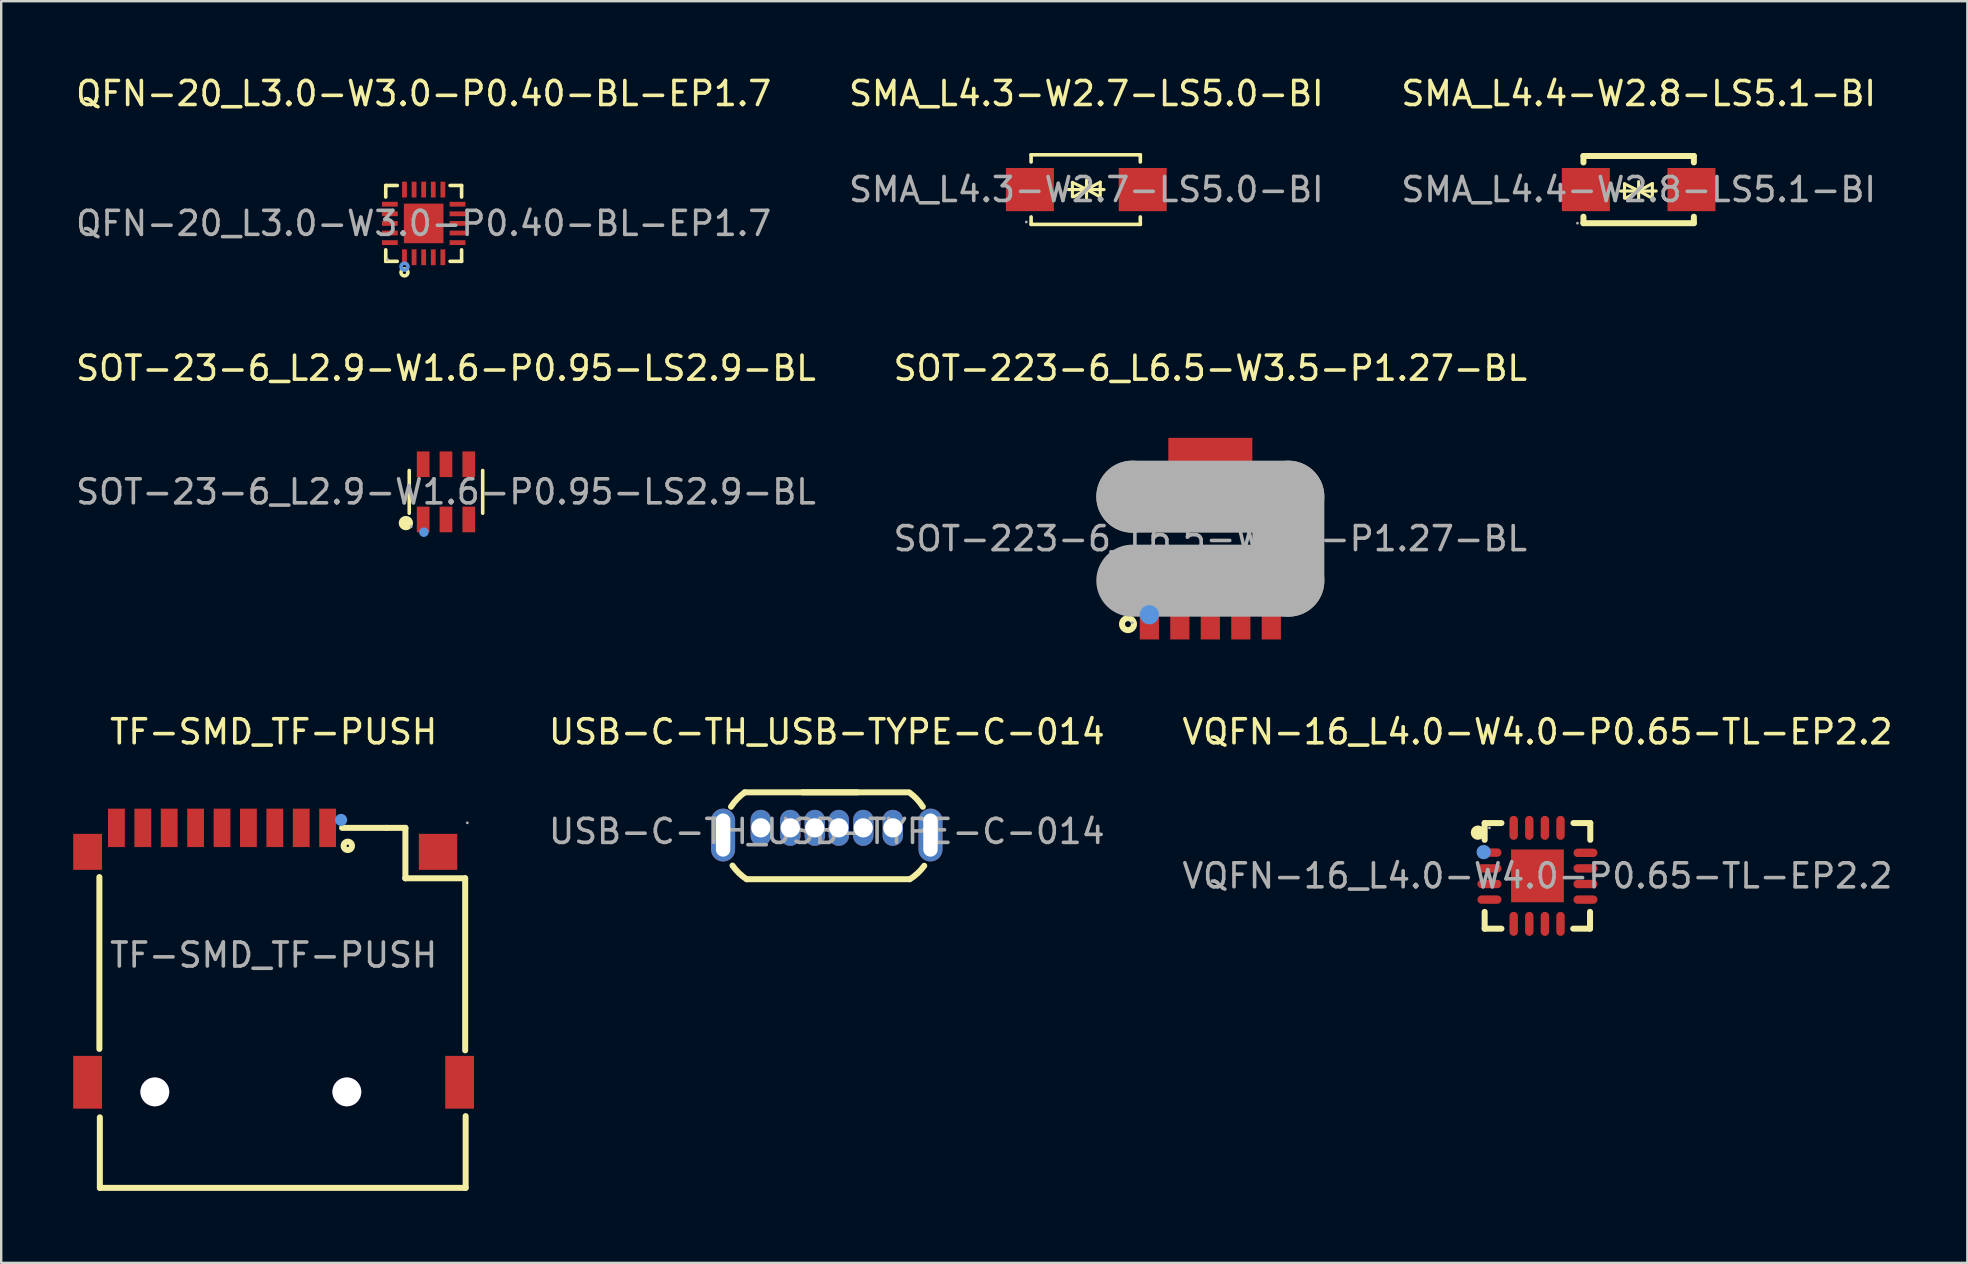
<source format=kicad_pcb>
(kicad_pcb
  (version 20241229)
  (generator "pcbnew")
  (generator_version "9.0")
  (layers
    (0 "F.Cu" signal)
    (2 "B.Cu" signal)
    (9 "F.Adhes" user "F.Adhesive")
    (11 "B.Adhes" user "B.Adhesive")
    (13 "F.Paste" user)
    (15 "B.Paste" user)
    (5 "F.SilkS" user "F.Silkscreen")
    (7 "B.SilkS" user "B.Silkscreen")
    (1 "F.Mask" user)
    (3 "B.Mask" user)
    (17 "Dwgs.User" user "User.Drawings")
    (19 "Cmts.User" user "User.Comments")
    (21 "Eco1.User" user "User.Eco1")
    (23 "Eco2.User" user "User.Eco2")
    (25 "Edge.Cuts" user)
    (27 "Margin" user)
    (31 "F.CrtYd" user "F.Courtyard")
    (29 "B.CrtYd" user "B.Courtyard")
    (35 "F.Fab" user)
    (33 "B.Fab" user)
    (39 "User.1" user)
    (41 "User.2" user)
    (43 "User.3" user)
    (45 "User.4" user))
  (footprint "TF-SMD_TF-PUSH"
    (layer "F.Cu")
    (at 8.35 36.74)
    (property "Reference" "TF-SMD_TF-PUSH" (at 0 -9.3 0) (layer "F.SilkS") (effects (font (size 1 1) (thickness 0.15))))
    (attr smd)
    (fp_line (start -7.26 -3.25) (end -7.26 3.91) (stroke (width 0.25) (type solid)) (layer "F.SilkS"))
    (fp_line (start -7.24 9.7) (end -7.24 6.76) (stroke (width 0.25) (type solid)) (layer "F.SilkS"))
    (fp_line (start -7.24 9.7) (end 8 9.7) (stroke (width 0.25) (type solid)) (layer "F.SilkS"))
    (fp_line (start 4.7 -5.3) (end 2.85 -5.3) (stroke (width 0.25) (type solid)) (layer "F.SilkS"))
    (fp_line (start 4.7 -5.3) (end 5.49 -5.3) (stroke (width 0.25) (type solid)) (layer "F.SilkS"))
    (fp_line (start 5.49 -5.3) (end 5.49 -3.2) (stroke (width 0.25) (type solid)) (layer "F.SilkS"))
    (fp_line (start 5.49 -3.2) (end 5.5 -3.2) (stroke (width 0.25) (type solid)) (layer "F.SilkS"))
    (fp_line (start 7.98 -3.2) (end 5.49 -3.2) (stroke (width 0.25) (type solid)) (layer "F.SilkS"))
    (fp_line (start 7.98 3.97) (end 7.98 -3.2) (stroke (width 0.25) (type solid)) (layer "F.SilkS"))
    (fp_line (start 8 9.7) (end 8 6.71) (stroke (width 0.25) (type solid)) (layer "F.SilkS"))
    (fp_circle (center 3.09 -4.55) (end 3.14 -4.55) (stroke (width 0.25) (type solid)) (fill no) (layer "F.SilkS"))
    (fp_circle (center -4.95 5.7) (end -4.75 5.7) (stroke (width 0.4) (type solid)) (fill no) (layer "Cmts.User"))
    (fp_circle (center 2.81 -5.63) (end 2.94 -5.63) (stroke (width 0.25) (type solid)) (fill no) (layer "Cmts.User"))
    (fp_circle (center 3.05 5.7) (end 3.25 5.7) (stroke (width 0.4) (type solid)) (fill no) (layer "Cmts.User"))
    (fp_circle (center 8.07 -5.51) (end 8.1 -5.51) (stroke (width 0.06) (type solid)) (fill no) (layer "F.Fab"))
    (fp_text user "${REFERENCE}" (at 0 0 0) (layer "F.Fab") (effects (font (size 1 1) (thickness 0.15))))
    (pad "" thru_hole circle (at -4.95 5.7) (size 1.2 1.2) (drill 1.2) (layers "*.Cu" "*.Mask"))
    (pad "" thru_hole circle (at 3.05 5.7) (size 1.2 1.2) (drill 1.2) (layers "*.Cu" "*.Mask"))
    (pad "1" smd rect (at 2.25 -5.3) (size 0.7 1.6) (layers "F.Cu" "F.Mask" "F.Paste"))
    (pad "2" smd rect (at 1.15 -5.3) (size 0.7 1.6) (layers "F.Cu" "F.Mask" "F.Paste"))
    (pad "3" smd rect (at 0.05 -5.3) (size 0.7 1.6) (layers "F.Cu" "F.Mask" "F.Paste"))
    (pad "4" smd rect (at -1.05 -5.3) (size 0.7 1.6) (layers "F.Cu" "F.Mask" "F.Paste"))
    (pad "5" smd rect (at -2.15 -5.3) (size 0.7 1.6) (layers "F.Cu" "F.Mask" "F.Paste"))
    (pad "6" smd rect (at -3.25 -5.3) (size 0.7 1.6) (layers "F.Cu" "F.Mask" "F.Paste"))
    (pad "7" smd rect (at -4.35 -5.3) (size 0.7 1.6) (layers "F.Cu" "F.Mask" "F.Paste"))
    (pad "8" smd rect (at -5.45 -5.3) (size 0.7 1.6) (layers "F.Cu" "F.Mask" "F.Paste"))
    (pad "10" smd rect (at -7.75 -4.3) (size 1.2 1.5) (layers "F.Cu" "F.Mask" "F.Paste"))
    (pad "11" smd rect (at -7.75 5.3) (size 1.2 2.2) (layers "F.Cu" "F.Mask" "F.Paste"))
    (pad "12" smd rect (at 7.75 5.3) (size 1.2 2.2) (layers "F.Cu" "F.Mask" "F.Paste"))
    (pad "13" smd rect (at 6.85 -4.3) (size 1.6 1.5) (layers "F.Cu" "F.Mask" "F.Paste"))
    (pad "CD" smd rect (at -6.55 -5.3) (size 0.7 1.6) (layers "F.Cu" "F.Mask" "F.Paste")))
  (footprint "USB-C-TH_USB-TYPE-C-014"
    (layer "F.Cu")
    (at 31.396 31.59)
    (property "Reference" "USB-C-TH_USB-TYPE-C-014" (at 0 -4.15 0) (layer "F.SilkS") (effects (font (size 1 1) (thickness 0.15))))
    (attr through_hole)
    (fp_line (start -3.42 -1.63) (end 3.34 -1.63) (stroke (width 0.25) (type solid)) (layer "F.SilkS"))
    (fp_line (start -3.34 1.99) (end 3.43 1.99) (stroke (width 0.25) (type solid)) (layer "F.SilkS"))
    (fp_line (start -1.01 -1.63) (end 1.27 -1.63) (stroke (width 0.25) (type solid)) (layer "F.SilkS"))
    (fp_arc (start -3.99 -1.03) (mid -3.732801 -1.355854) (end -3.418435 -1.626975) (stroke (width 0.25) (type solid)) (layer "F.SilkS"))
    (fp_arc (start -3.34 1.99) (mid -3.661184 1.733593) (end -3.928388 1.421333) (stroke (width 0.25) (type solid)) (layer "F.SilkS"))
    (fp_arc (start 3.43 -1.63) (mid 3.74473 -1.356629) (end 4.001859 -1.028497) (stroke (width 0.25) (type solid)) (layer "F.SilkS"))
    (fp_arc (start 4.06 1.43) (mid 3.787592 1.738418) (end 3.461997 1.990044) (stroke (width 0.25) (type solid)) (layer "F.SilkS"))
    (fp_text user "${REFERENCE}" (at 0 0 0) (layer "F.Fab") (effects (font (size 1 1) (thickness 0.15))))
    (pad "1" thru_hole oval (at -4.32 0.15) (size 1 2.2) (drill oval 0.6 1.8) (layers "*.Cu" "*.Mask"))
    (pad "2" thru_hole oval (at 4.32 0.15) (size 1 2.2) (drill oval 0.6 1.8) (layers "*.Cu" "*.Mask"))
    (pad "A5" thru_hole oval (at -0.5 -0.15) (size 0.85 1.5) (drill 0.8) (layers "*.Cu" "*.Mask"))
    (pad "A9" thru_hole oval (at 1.52 -0.15) (size 0.85 1.5) (drill 0.8) (layers "*.Cu" "*.Mask"))
    (pad "A12" thru_hole oval (at 2.75 -0.15) (size 0.85 1.5) (drill 0.8) (layers "*.Cu" "*.Mask"))
    (pad "B5" thru_hole oval (at 0.5 -0.15) (size 0.85 1.5) (drill 0.8) (layers "*.Cu" "*.Mask"))
    (pad "B9" thru_hole oval (at -1.52 -0.15) (size 0.85 1.5) (drill 0.8) (layers "*.Cu" "*.Mask"))
    (pad "B12" thru_hole oval (at -2.75 -0.15) (size 0.85 1.5) (drill 0.8) (layers "*.Cu" "*.Mask")))
  (footprint "QFN-20_L3.0-W3.0-P0.40-BL-EP1.7"
    (layer "F.Cu")
    (at 14.601 6.258)
    (property "Reference" "QFN-20_L3.0-W3.0-P0.40-BL-EP1.7" (at 0 -5.41 0) (layer "F.SilkS") (effects (font (size 1 1) (thickness 0.15))))
    (attr smd)
    (fp_line (start -1.58 -1.58) (end -1.1 -1.58) (stroke (width 0.15) (type solid)) (layer "F.SilkS"))
    (fp_line (start -1.58 -1.1) (end -1.58 -1.58) (stroke (width 0.15) (type solid)) (layer "F.SilkS"))
    (fp_line (start -1.58 1.1) (end -1.58 1.58) (stroke (width 0.15) (type solid)) (layer "F.SilkS"))
    (fp_line (start -1.58 1.58) (end -1.1 1.58) (stroke (width 0.15) (type solid)) (layer "F.SilkS"))
    (fp_line (start 1.58 -1.58) (end 1.1 -1.58) (stroke (width 0.15) (type solid)) (layer "F.SilkS"))
    (fp_line (start 1.58 -1.1) (end 1.58 -1.58) (stroke (width 0.15) (type solid)) (layer "F.SilkS"))
    (fp_line (start 1.58 1.1) (end 1.58 1.58) (stroke (width 0.15) (type solid)) (layer "F.SilkS"))
    (fp_line (start 1.58 1.58) (end 1.1 1.58) (stroke (width 0.15) (type solid)) (layer "F.SilkS"))
    (fp_circle (center -0.8 2.04) (end -0.73 2.04) (stroke (width 0.15) (type solid)) (fill no) (layer "F.SilkS"))
    (fp_circle (center -0.8 1.8) (end -0.73 1.8) (stroke (width 0.15) (type solid)) (fill no) (layer "Cmts.User"))
    (fp_circle (center -1.5 1.5) (end -1.47 1.5) (stroke (width 0.06) (type solid)) (fill no) (layer "F.Fab"))
    (fp_text user "${REFERENCE}" (at 0 0 0) (layer "F.Fab") (effects (font (size 1 1) (thickness 0.15))))
    (pad "1" smd rect (at -0.8 1.41) (size 0.2 0.66) (layers "F.Cu" "F.Mask" "F.Paste"))
    (pad "2" smd rect (at -0.4 1.41) (size 0.2 0.66) (layers "F.Cu" "F.Mask" "F.Paste"))
    (pad "3" smd rect (at 0 1.41) (size 0.2 0.66) (layers "F.Cu" "F.Mask" "F.Paste"))
    (pad "4" smd rect (at 0.4 1.41) (size 0.2 0.66) (layers "F.Cu" "F.Mask" "F.Paste"))
    (pad "5" smd rect (at 0.8 1.41) (size 0.2 0.66) (layers "F.Cu" "F.Mask" "F.Paste"))
    (pad "6" smd rect (at 1.41 0.8) (size 0.66 0.2) (layers "F.Cu" "F.Mask" "F.Paste"))
    (pad "7" smd rect (at 1.41 0.4) (size 0.66 0.2) (layers "F.Cu" "F.Mask" "F.Paste"))
    (pad "8" smd rect (at 1.41 0) (size 0.66 0.2) (layers "F.Cu" "F.Mask" "F.Paste"))
    (pad "9" smd rect (at 1.41 -0.4) (size 0.66 0.2) (layers "F.Cu" "F.Mask" "F.Paste"))
    (pad "10" smd rect (at 1.41 -0.8) (size 0.66 0.2) (layers "F.Cu" "F.Mask" "F.Paste"))
    (pad "11" smd rect (at 0.8 -1.41) (size 0.2 0.66) (layers "F.Cu" "F.Mask" "F.Paste"))
    (pad "12" smd rect (at 0.4 -1.41) (size 0.2 0.66) (layers "F.Cu" "F.Mask" "F.Paste"))
    (pad "13" smd rect (at 0 -1.41) (size 0.2 0.66) (layers "F.Cu" "F.Mask" "F.Paste"))
    (pad "14" smd rect (at -0.4 -1.41) (size 0.2 0.66) (layers "F.Cu" "F.Mask" "F.Paste"))
    (pad "15" smd rect (at -0.8 -1.41) (size 0.2 0.66) (layers "F.Cu" "F.Mask" "F.Paste"))
    (pad "16" smd rect (at -1.41 -0.8) (size 0.66 0.2) (layers "F.Cu" "F.Mask" "F.Paste"))
    (pad "17" smd rect (at -1.41 -0.4) (size 0.66 0.2) (layers "F.Cu" "F.Mask" "F.Paste"))
    (pad "18" smd rect (at -1.41 0) (size 0.66 0.2) (layers "F.Cu" "F.Mask" "F.Paste"))
    (pad "19" smd rect (at -1.41 0.4) (size 0.66 0.2) (layers "F.Cu" "F.Mask" "F.Paste"))
    (pad "20" smd rect (at -1.41 0.8) (size 0.66 0.2) (layers "F.Cu" "F.Mask" "F.Paste"))
    (pad "21" smd rect (at 0 0) (size 1.65 1.65) (layers "F.Cu" "F.Mask" "F.Paste")))
  (footprint "SOT-23-6_L2.9-W1.6-P0.95-LS2.9-BL"
    (layer "F.Cu")
    (at 15.53 17.442)
    (property "Reference" "SOT-23-6_L2.9-W1.6-P0.95-LS2.9-BL" (at 0 -5.15 0) (layer "F.SilkS") (effects (font (size 1 1) (thickness 0.15))))
    (attr smd)
    (fp_line (start -1.53 0.89) (end -1.53 -0.89) (stroke (width 0.15) (type solid)) (layer "F.SilkS"))
    (fp_line (start 1.53 0.89) (end 1.53 -0.89) (stroke (width 0.15) (type solid)) (layer "F.SilkS"))
    (fp_circle (center -1.67 1.3) (end -1.52 1.3) (stroke (width 0.3) (type solid)) (fill no) (layer "F.SilkS"))
    (fp_circle (center -0.92 1.68) (end -0.82 1.68) (stroke (width 0.2) (type solid)) (fill no) (layer "Cmts.User"))
    (fp_circle (center -1.45 1.45) (end -1.42 1.45) (stroke (width 0.06) (type solid)) (fill no) (layer "F.Fab"))
    (fp_text user "${REFERENCE}" (at 0 0 0) (layer "F.Fab") (effects (font (size 1 1) (thickness 0.15))))
    (pad "1" smd rect (at -0.95 1.15) (size 0.53 1.07) (layers "F.Cu" "F.Mask" "F.Paste"))
    (pad "2" smd rect (at 0 1.15) (size 0.53 1.07) (layers "F.Cu" "F.Mask" "F.Paste"))
    (pad "3" smd rect (at 0.95 1.15) (size 0.53 1.07) (layers "F.Cu" "F.Mask" "F.Paste"))
    (pad "4" smd rect (at 0.95 -1.15) (size 0.53 1.07) (layers "F.Cu" "F.Mask" "F.Paste"))
    (pad "5" smd rect (at 0 -1.15) (size 0.53 1.07) (layers "F.Cu" "F.Mask" "F.Paste"))
    (pad "6" smd rect (at -0.95 -1.15) (size 0.53 1.07) (layers "F.Cu" "F.Mask" "F.Paste")))
  (footprint "VQFN-16_L4.0-W4.0-P0.65-TL-EP2.2"
    (layer "F.Cu")
    (at 61.004 33.44)
    (property "Reference" "VQFN-16_L4.0-W4.0-P0.65-TL-EP2.2" (at 0 -6 0) (layer "F.SilkS") (effects (font (size 1 1) (thickness 0.15))))
    (attr smd)
    (fp_line (start -2.2 -2.2) (end -1.5 -2.2) (stroke (width 0.25) (type solid)) (layer "F.SilkS"))
    (fp_line (start -2.2 -1.5) (end -2.2 -2.2) (stroke (width 0.25) (type solid)) (layer "F.SilkS"))
    (fp_line (start -2.2 1.5) (end -2.2 2.2) (stroke (width 0.25) (type solid)) (layer "F.SilkS"))
    (fp_line (start -2.2 2.2) (end -1.5 2.2) (stroke (width 0.25) (type solid)) (layer "F.SilkS"))
    (fp_line (start 1.49 2.2) (end 2.19 2.2) (stroke (width 0.25) (type solid)) (layer "F.SilkS"))
    (fp_line (start 2.19 2.2) (end 2.19 1.5) (stroke (width 0.25) (type solid)) (layer "F.SilkS"))
    (fp_line (start 2.2 -2.2) (end 1.5 -2.2) (stroke (width 0.25) (type solid)) (layer "F.SilkS"))
    (fp_line (start 2.2 -1.5) (end 2.2 -2.2) (stroke (width 0.25) (type solid)) (layer "F.SilkS"))
    (fp_arc (start -2.48 -1.8) (mid -2.48 -1.8) (end -2.48 -1.8) (stroke (width 0.3) (type solid)) (layer "F.SilkS"))
    (fp_circle (center -2.24 -0.99) (end -2.09 -0.99) (stroke (width 0.3) (type solid)) (fill no) (layer "Cmts.User"))
    (fp_circle (center -2 -2) (end -1.97 -2) (stroke (width 0.06) (type solid)) (fill no) (layer "F.Fab"))
    (fp_text user "${REFERENCE}" (at 0 0 0) (layer "F.Fab") (effects (font (size 1 1) (thickness 0.15))))
    (pad "1" smd oval (at -2 -0.97 270) (size 0.35 1) (layers "F.Cu" "F.Mask" "F.Paste"))
    (pad "2" smd oval (at -2 -0.31 270) (size 0.35 1) (layers "F.Cu" "F.Mask" "F.Paste"))
    (pad "3" smd oval (at -2 0.34 270) (size 0.35 1) (layers "F.Cu" "F.Mask" "F.Paste"))
    (pad "4" smd oval (at -2 0.99 270) (size 0.35 1) (layers "F.Cu" "F.Mask" "F.Paste"))
    (pad "5" smd oval (at -0.99 2) (size 0.35 1) (layers "F.Cu" "F.Mask" "F.Paste"))
    (pad "6" smd oval (at -0.34 2) (size 0.35 1) (layers "F.Cu" "F.Mask" "F.Paste"))
    (pad "7" smd oval (at 0.31 2) (size 0.35 1) (layers "F.Cu" "F.Mask" "F.Paste"))
    (pad "8" smd oval (at 0.96 2) (size 0.35 1) (layers "F.Cu" "F.Mask" "F.Paste"))
    (pad "9" smd oval (at 2 0.99 270) (size 0.35 1) (layers "F.Cu" "F.Mask" "F.Paste"))
    (pad "10" smd oval (at 2 0.34 270) (size 0.35 1) (layers "F.Cu" "F.Mask" "F.Paste"))
    (pad "11" smd oval (at 2 -0.31 270) (size 0.35 1) (layers "F.Cu" "F.Mask" "F.Paste"))
    (pad "12" smd oval (at 2 -0.96 270) (size 0.35 1) (layers "F.Cu" "F.Mask" "F.Paste"))
    (pad "13" smd oval (at 0.96 -2) (size 0.35 1) (layers "F.Cu" "F.Mask" "F.Paste"))
    (pad "14" smd oval (at 0.31 -2) (size 0.35 1) (layers "F.Cu" "F.Mask" "F.Paste"))
    (pad "15" smd oval (at -0.34 -2) (size 0.35 1) (layers "F.Cu" "F.Mask" "F.Paste"))
    (pad "16" smd oval (at -0.99 -2) (size 0.35 1) (layers "F.Cu" "F.Mask" "F.Paste"))
    (pad "17" smd rect (at 0 0) (size 2.2 2.2) (layers "F.Cu" "F.Mask" "F.Paste")))
  (footprint "SMA_L4.3-W2.7-LS5.0-BI"
    (layer "F.Cu")
    (at 42.208 4.848)
    (property "Reference" "SMA_L4.3-W2.7-LS5.0-BI" (at 0 -4 0) (layer "F.SilkS") (effects (font (size 1 1) (thickness 0.15))))
    (attr smd)
    (fp_line (start -2.3 -1.45) (end -2.3 -1.15) (stroke (width 0.15) (type solid)) (layer "F.SilkS"))
    (fp_line (start -2.3 -1.45) (end 2.25 -1.45) (stroke (width 0.15) (type solid)) (layer "F.SilkS"))
    (fp_line (start -2.3 1.45) (end -2.3 1.14) (stroke (width 0.15) (type solid)) (layer "F.SilkS"))
    (fp_line (start -0.75 0) (end 0.74 0) (stroke (width 0.13) (type solid)) (layer "F.SilkS"))
    (fp_line (start -0.58 -0.3) (end -0.58 0.3) (stroke (width 0.13) (type solid)) (layer "F.SilkS"))
    (fp_line (start -0.58 -0.3) (end 0.01 -0.01) (stroke (width 0.13) (type solid)) (layer "F.SilkS"))
    (fp_line (start -0.52 0.3) (end 0.01 -0.01) (stroke (width 0.13) (type solid)) (layer "F.SilkS"))
    (fp_line (start 0.01 -0.01) (end 0.01 -0.39) (stroke (width 0.13) (type solid)) (layer "F.SilkS"))
    (fp_line (start 0.01 -0.01) (end 0.01 0.37) (stroke (width 0.13) (type solid)) (layer "F.SilkS"))
    (fp_line (start 0.55 0.29) (end 0.01 -0.01) (stroke (width 0.13) (type solid)) (layer "F.SilkS"))
    (fp_line (start 0.58 -0.31) (end 0.01 -0.01) (stroke (width 0.13) (type solid)) (layer "F.SilkS"))
    (fp_line (start 0.58 -0.31) (end 0.58 0.29) (stroke (width 0.13) (type solid)) (layer "F.SilkS"))
    (fp_line (start 2.25 -1.45) (end 2.25 -1.15) (stroke (width 0.15) (type solid)) (layer "F.SilkS"))
    (fp_line (start 2.25 1.45) (end -2.3 1.45) (stroke (width 0.15) (type solid)) (layer "F.SilkS"))
    (fp_line (start 2.25 1.45) (end 2.25 1.14) (stroke (width 0.15) (type solid)) (layer "F.SilkS"))
    (fp_circle (center -2.5 1.35) (end -2.47 1.35) (stroke (width 0.06) (type solid)) (fill no) (layer "F.Fab"))
    (fp_text user "${REFERENCE}" (at 0 0 0) (layer "F.Fab") (effects (font (size 1 1) (thickness 0.15))))
    (pad "1" smd rect (at -2.35 0) (size 2 1.8) (layers "F.Cu" "F.Mask" "F.Paste"))
    (pad "2" smd rect (at 2.35 0) (size 2 1.8) (layers "F.Cu" "F.Mask" "F.Paste")))
  (footprint "SMA_L4.4-W2.8-LS5.1-BI"
    (layer "F.Cu")
    (at 65.22 4.848)
    (property "Reference" "SMA_L4.4-W2.8-LS5.1-BI" (at 0 -4 0) (layer "F.SilkS") (effects (font (size 1 1) (thickness 0.15))))
    (attr smd)
    (fp_line (start -2.3 -1.4) (end -2.3 -1.13) (stroke (width 0.25) (type solid)) (layer "F.SilkS"))
    (fp_line (start -2.3 -1.4) (end 2.3 -1.4) (stroke (width 0.25) (type solid)) (layer "F.SilkS"))
    (fp_line (start -2.3 1.13) (end -2.3 1.4) (stroke (width 0.25) (type solid)) (layer "F.SilkS"))
    (fp_line (start -2.3 1.4) (end 2.3 1.4) (stroke (width 0.25) (type solid)) (layer "F.SilkS"))
    (fp_line (start -0.76 0.06) (end 0.73 0.06) (stroke (width 0.13) (type solid)) (layer "F.SilkS"))
    (fp_line (start -0.59 -0.24) (end -0.59 0.36) (stroke (width 0.13) (type solid)) (layer "F.SilkS"))
    (fp_line (start -0.59 -0.24) (end 0 0.05) (stroke (width 0.13) (type solid)) (layer "F.SilkS"))
    (fp_line (start -0.53 0.36) (end 0 0.05) (stroke (width 0.13) (type solid)) (layer "F.SilkS"))
    (fp_line (start 0 0.05) (end 0 -0.33) (stroke (width 0.13) (type solid)) (layer "F.SilkS"))
    (fp_line (start 0 0.05) (end 0 0.43) (stroke (width 0.13) (type solid)) (layer "F.SilkS"))
    (fp_line (start 0.54 0.35) (end 0 0.05) (stroke (width 0.13) (type solid)) (layer "F.SilkS"))
    (fp_line (start 0.57 -0.25) (end 0 0.05) (stroke (width 0.13) (type solid)) (layer "F.SilkS"))
    (fp_line (start 0.57 -0.25) (end 0.57 0.35) (stroke (width 0.13) (type solid)) (layer "F.SilkS"))
    (fp_line (start 2.3 -1.4) (end 2.3 -1.13) (stroke (width 0.25) (type solid)) (layer "F.SilkS"))
    (fp_line (start 2.3 1.13) (end 2.3 1.4) (stroke (width 0.25) (type solid)) (layer "F.SilkS"))
    (fp_circle (center -2.55 1.4) (end -2.52 1.4) (stroke (width 0.06) (type solid)) (fill no) (layer "F.Fab"))
    (fp_text user "${REFERENCE}" (at 0 0 0) (layer "F.Fab") (effects (font (size 1 1) (thickness 0.15))))
    (pad "1" smd rect (at -2.2 0) (size 2 1.8) (layers "F.Cu" "F.Mask" "F.Paste"))
    (pad "2" smd rect (at 2.2 0) (size 2 1.8) (layers "F.Cu" "F.Mask" "F.Paste")))
  (footprint "SOT-223-6_L6.5-W3.5-P1.27-BL"
    (layer "F.Cu")
    (at 47.375 19.392)
    (property "Reference" "SOT-223-6_L6.5-W3.5-P1.27-BL" (at 0 -7.1 0) (layer "F.SilkS") (effects (font (size 1 1) (thickness 0.15))))
    (attr smd)
    (fp_circle (center -3.43 3.56) (end -3.18 3.56) (stroke (width 0.25) (type solid)) (fill no) (layer "F.SilkS"))
    (fp_circle (center -2.54 3.17) (end -2.34 3.17) (stroke (width 0.4) (type solid)) (fill no) (layer "Cmts.User"))
    (fp_line (start -3.25 -1.75) (end -3.25 -1.75) (stroke (width 3) (type solid)) (layer "F.Fab"))
    (fp_line (start -3.25 -1.75) (end 3.25 -1.75) (stroke (width 3) (type solid)) (layer "F.Fab"))
    (fp_line (start 3.25 -1.75) (end 3.25 1.75) (stroke (width 3) (type solid)) (layer "F.Fab"))
    (fp_line (start 3.25 1.75) (end -3.25 1.75) (stroke (width 3) (type solid)) (layer "F.Fab"))
    (fp_circle (center -3.25 3.5) (end -3.22 3.5) (stroke (width 0.06) (type solid)) (fill no) (layer "F.Fab"))
    (fp_text user "${REFERENCE}" (at 0 0 0) (layer "F.Fab") (effects (font (size 1 1) (thickness 0.15))))
    (pad "1" smd rect (at -2.54 3.1) (size 0.8 2.2) (layers "F.Cu" "F.Mask" "F.Paste"))
    (pad "2" smd rect (at -1.27 3.1) (size 0.8 2.2) (layers "F.Cu" "F.Mask" "F.Paste"))
    (pad "3" smd rect (at 0 3.1) (size 0.8 2.2) (layers "F.Cu" "F.Mask" "F.Paste"))
    (pad "4" smd rect (at 1.27 3.1) (size 0.8 2.2) (layers "F.Cu" "F.Mask" "F.Paste"))
    (pad "5" smd rect (at 2.54 3.1) (size 0.8 2.2) (layers "F.Cu" "F.Mask" "F.Paste"))
    (pad "6" smd rect (at 0 -3.1 180) (size 3.5 2.2) (layers "F.Cu" "F.Mask" "F.Paste")))
  (gr_rect
    (start -3 -3)
    (end 78.914 49.565)
    (stroke (width 0.1) (type default))
    (fill no)
    (layer "Edge.Cuts")))
</source>
